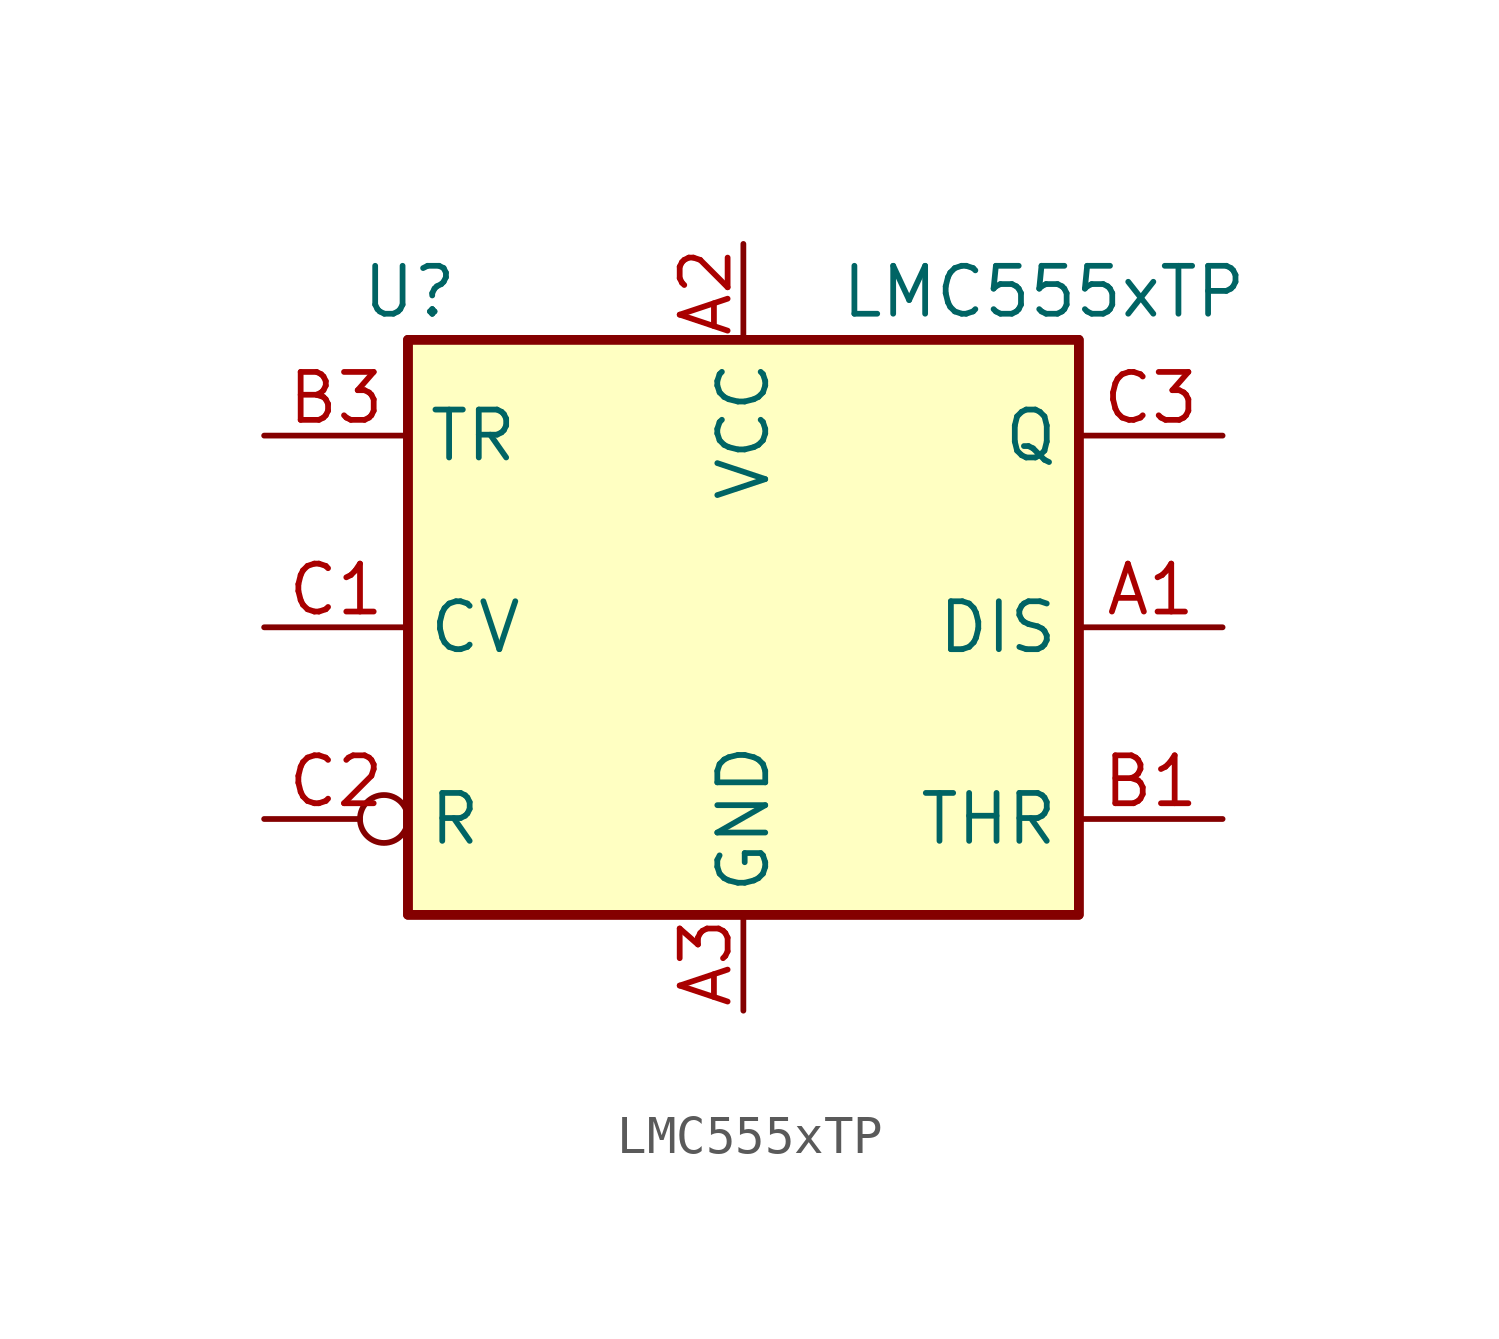
<source format=kicad_sym>
(kicad_symbol_lib
  (version 20200908)
  (generator kicad_symbol_editor)
  (symbol "Timer:LMC555xTP"
    (property "Reference" "U"
      (at -10.16 8.89 0)
      (effects (font (size 1.27 1.27)) (justify left)))
    (property "Value" "LMC555xTP"
      (at 2.54 8.89 0)
      (effects (font (size 1.27 1.27)) (justify left)))
    (symbol "LMC555xTP_0_1"
      (rectangle (start -8.89 -7.62) (end 8.89 7.62) (stroke (width 0.254)) (fill (type background)))
      (rectangle (start -8.89 -7.62) (end 8.89 7.62) (stroke (width 0.254)) (fill (type background))))
    (symbol "LMC555xTP_0_0"
      (pin power_in line (at 0 10.16 270) (length 2.54) (name "VCC" (effects (font (size 1.27 1.27)))) (number "A2" (effects (font (size 1.27 1.27)))))
      (pin power_in line (at 0 -10.16 90) (length 2.54) (name "GND" (effects (font (size 1.27 1.27)))) (number "A3" (effects (font (size 1.27 1.27))))))
    (symbol "LMC555xTP_1_1"
      (pin input line (at 12.7 0 180) (length 3.81) (name "DIS" (effects (font (size 1.27 1.27)))) (number "A1" (effects (font (size 1.27 1.27)))))
      (pin input line (at 12.7 -5.08 180) (length 3.81) (name "THR" (effects (font (size 1.27 1.27)))) (number "B1" (effects (font (size 1.27 1.27)))))
      (pin input line (at -12.7 5.08 0) (length 3.81) (name "TR" (effects (font (size 1.27 1.27)))) (number "B3" (effects (font (size 1.27 1.27)))))
      (pin input line (at -12.7 0 0) (length 3.81) (name "CV" (effects (font (size 1.27 1.27)))) (number "C1" (effects (font (size 1.27 1.27)))))
      (pin input inverted (at -12.7 -5.08 0) (length 3.81) (name "R" (effects (font (size 1.27 1.27)))) (number "C2" (effects (font (size 1.27 1.27)))))
      (pin output line (at 12.7 5.08 180) (length 3.81) (name "Q" (effects (font (size 1.27 1.27)))) (number "C3" (effects (font (size 1.27 1.27))))))))
</source>
